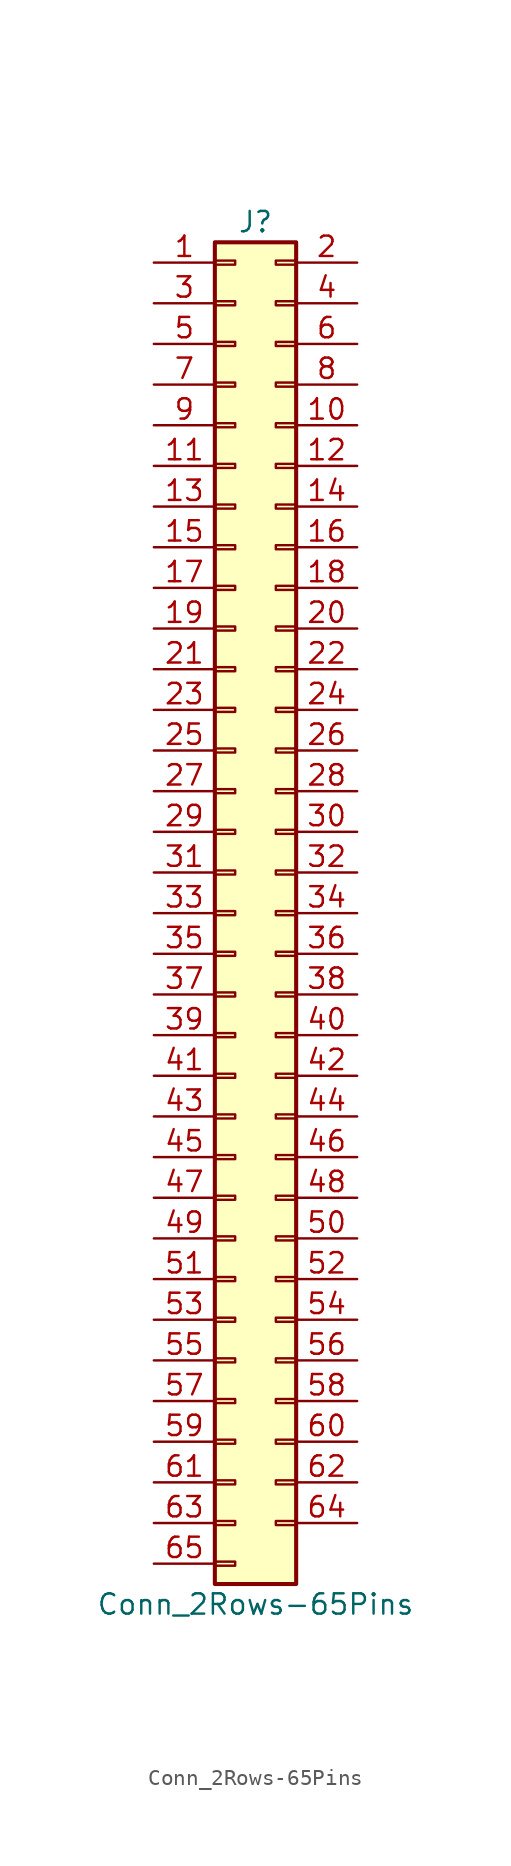
<source format=kicad_sym>
(kicad_symbol_lib
  (version 20201005)
  (generator kicad_symbol_editor)
  (symbol "Conn_2Rows-65Pins"
    (pin_names
      (offset 1.016) hide)
    (property "Reference" "J"
      (at 1.27 43.18 0)
      (effects (font (size 1.27 1.27))))
    (property "Value" "Conn_2Rows-65Pins"
      (at 1.27 -43.18 0)
      (effects (font (size 1.27 1.27))))
    (symbol "Conn_2Rows-65Pins_1_1"
      (rectangle (start -1.27 -40.513) (end 0 -40.767) (stroke (width 0.152)) (fill (type none)))
      (rectangle (start -1.27 -37.973) (end 0 -38.227) (stroke (width 0.152)) (fill (type none)))
      (rectangle (start -1.27 -35.433) (end 0 -35.687) (stroke (width 0.152)) (fill (type none)))
      (rectangle (start -1.27 -32.893) (end 0 -33.147) (stroke (width 0.152)) (fill (type none)))
      (rectangle (start -1.27 -30.353) (end 0 -30.607) (stroke (width 0.152)) (fill (type none)))
      (rectangle (start -1.27 -27.813) (end 0 -28.067) (stroke (width 0.152)) (fill (type none)))
      (rectangle (start -1.27 -25.273) (end 0 -25.527) (stroke (width 0.152)) (fill (type none)))
      (rectangle (start -1.27 -22.733) (end 0 -22.987) (stroke (width 0.152)) (fill (type none)))
      (rectangle (start -1.27 -20.193) (end 0 -20.447) (stroke (width 0.152)) (fill (type none)))
      (rectangle (start -1.27 -17.653) (end 0 -17.907) (stroke (width 0.152)) (fill (type none)))
      (rectangle (start -1.27 -15.113) (end 0 -15.367) (stroke (width 0.152)) (fill (type none)))
      (rectangle (start -1.27 -12.573) (end 0 -12.827) (stroke (width 0.152)) (fill (type none)))
      (rectangle (start -1.27 -10.033) (end 0 -10.287) (stroke (width 0.152)) (fill (type none)))
      (rectangle (start -1.27 -7.493) (end 0 -7.747) (stroke (width 0.152)) (fill (type none)))
      (rectangle (start -1.27 -4.953) (end 0 -5.207) (stroke (width 0.152)) (fill (type none)))
      (rectangle (start -1.27 -2.413) (end 0 -2.667) (stroke (width 0.152)) (fill (type none)))
      (rectangle (start -1.27 0.127) (end 0 -0.127) (stroke (width 0.152)) (fill (type none)))
      (rectangle (start -1.27 2.667) (end 0 2.413) (stroke (width 0.152)) (fill (type none)))
      (rectangle (start -1.27 5.207) (end 0 4.953) (stroke (width 0.152)) (fill (type none)))
      (rectangle (start -1.27 7.747) (end 0 7.493) (stroke (width 0.152)) (fill (type none)))
      (rectangle (start -1.27 10.287) (end 0 10.033) (stroke (width 0.152)) (fill (type none)))
      (rectangle (start -1.27 12.827) (end 0 12.573) (stroke (width 0.152)) (fill (type none)))
      (rectangle (start -1.27 15.367) (end 0 15.113) (stroke (width 0.152)) (fill (type none)))
      (rectangle (start -1.27 17.907) (end 0 17.653) (stroke (width 0.152)) (fill (type none)))
      (rectangle (start -1.27 20.447) (end 0 20.193) (stroke (width 0.152)) (fill (type none)))
      (rectangle (start -1.27 22.987) (end 0 22.733) (stroke (width 0.152)) (fill (type none)))
      (rectangle (start -1.27 25.527) (end 0 25.273) (stroke (width 0.152)) (fill (type none)))
      (rectangle (start -1.27 28.067) (end 0 27.813) (stroke (width 0.152)) (fill (type none)))
      (rectangle (start -1.27 30.607) (end 0 30.353) (stroke (width 0.152)) (fill (type none)))
      (rectangle (start -1.27 33.147) (end 0 32.893) (stroke (width 0.152)) (fill (type none)))
      (rectangle (start -1.27 35.687) (end 0 35.433) (stroke (width 0.152)) (fill (type none)))
      (rectangle (start -1.27 38.227) (end 0 37.973) (stroke (width 0.152)) (fill (type none)))
      (rectangle (start -1.27 40.767) (end 0 40.513) (stroke (width 0.152)) (fill (type none)))
      (rectangle (start 3.81 -37.973) (end 2.54 -38.227) (stroke (width 0.152)) (fill (type none)))
      (rectangle (start 3.81 -35.433) (end 2.54 -35.687) (stroke (width 0.152)) (fill (type none)))
      (rectangle (start 3.81 -32.893) (end 2.54 -33.147) (stroke (width 0.152)) (fill (type none)))
      (rectangle (start 3.81 -30.353) (end 2.54 -30.607) (stroke (width 0.152)) (fill (type none)))
      (rectangle (start 3.81 -27.813) (end 2.54 -28.067) (stroke (width 0.152)) (fill (type none)))
      (rectangle (start 3.81 -25.273) (end 2.54 -25.527) (stroke (width 0.152)) (fill (type none)))
      (rectangle (start 3.81 -22.733) (end 2.54 -22.987) (stroke (width 0.152)) (fill (type none)))
      (rectangle (start 3.81 -20.193) (end 2.54 -20.447) (stroke (width 0.152)) (fill (type none)))
      (rectangle (start 3.81 -17.653) (end 2.54 -17.907) (stroke (width 0.152)) (fill (type none)))
      (rectangle (start 3.81 -15.113) (end 2.54 -15.367) (stroke (width 0.152)) (fill (type none)))
      (rectangle (start 3.81 -12.573) (end 2.54 -12.827) (stroke (width 0.152)) (fill (type none)))
      (rectangle (start 3.81 -10.033) (end 2.54 -10.287) (stroke (width 0.152)) (fill (type none)))
      (rectangle (start 3.81 -7.493) (end 2.54 -7.747) (stroke (width 0.152)) (fill (type none)))
      (rectangle (start 3.81 -4.953) (end 2.54 -5.207) (stroke (width 0.152)) (fill (type none)))
      (rectangle (start 3.81 -2.413) (end 2.54 -2.667) (stroke (width 0.152)) (fill (type none)))
      (rectangle (start 3.81 0.127) (end 2.54 -0.127) (stroke (width 0.152)) (fill (type none)))
      (rectangle (start 3.81 2.667) (end 2.54 2.413) (stroke (width 0.152)) (fill (type none)))
      (rectangle (start 3.81 5.207) (end 2.54 4.953) (stroke (width 0.152)) (fill (type none)))
      (rectangle (start 3.81 7.747) (end 2.54 7.493) (stroke (width 0.152)) (fill (type none)))
      (rectangle (start 3.81 10.287) (end 2.54 10.033) (stroke (width 0.152)) (fill (type none)))
      (rectangle (start 3.81 12.827) (end 2.54 12.573) (stroke (width 0.152)) (fill (type none)))
      (rectangle (start 3.81 15.367) (end 2.54 15.113) (stroke (width 0.152)) (fill (type none)))
      (rectangle (start 3.81 17.907) (end 2.54 17.653) (stroke (width 0.152)) (fill (type none)))
      (rectangle (start 3.81 20.447) (end 2.54 20.193) (stroke (width 0.152)) (fill (type none)))
      (rectangle (start 3.81 22.987) (end 2.54 22.733) (stroke (width 0.152)) (fill (type none)))
      (rectangle (start 3.81 25.527) (end 2.54 25.273) (stroke (width 0.152)) (fill (type none)))
      (rectangle (start 3.81 28.067) (end 2.54 27.813) (stroke (width 0.152)) (fill (type none)))
      (rectangle (start 3.81 30.607) (end 2.54 30.353) (stroke (width 0.152)) (fill (type none)))
      (rectangle (start 3.81 33.147) (end 2.54 32.893) (stroke (width 0.152)) (fill (type none)))
      (rectangle (start 3.81 35.687) (end 2.54 35.433) (stroke (width 0.152)) (fill (type none)))
      (rectangle (start 3.81 38.227) (end 2.54 37.973) (stroke (width 0.152)) (fill (type none)))
      (rectangle (start 3.81 40.767) (end 2.54 40.513) (stroke (width 0.152)) (fill (type none)))
      (rectangle (start -1.27 41.91) (end 3.81 -41.91) (stroke (width 0.254)) (fill (type background)))
      (pin passive line (at -5.08 40.64 0) (length 3.81) (name "Pin_1" (effects (font (size 1.27 1.27)))) (number "1" (effects (font (size 1.27 1.27)))))
      (pin passive line (at 7.62 30.48 180) (length 3.81) (name "Pin_10" (effects (font (size 1.27 1.27)))) (number "10" (effects (font (size 1.27 1.27)))))
      (pin passive line (at -5.08 27.94 0) (length 3.81) (name "Pin_11" (effects (font (size 1.27 1.27)))) (number "11" (effects (font (size 1.27 1.27)))))
      (pin passive line (at 7.62 27.94 180) (length 3.81) (name "Pin_12" (effects (font (size 1.27 1.27)))) (number "12" (effects (font (size 1.27 1.27)))))
      (pin passive line (at -5.08 25.4 0) (length 3.81) (name "Pin_13" (effects (font (size 1.27 1.27)))) (number "13" (effects (font (size 1.27 1.27)))))
      (pin passive line (at 7.62 25.4 180) (length 3.81) (name "Pin_14" (effects (font (size 1.27 1.27)))) (number "14" (effects (font (size 1.27 1.27)))))
      (pin passive line (at -5.08 22.86 0) (length 3.81) (name "Pin_15" (effects (font (size 1.27 1.27)))) (number "15" (effects (font (size 1.27 1.27)))))
      (pin passive line (at 7.62 22.86 180) (length 3.81) (name "Pin_16" (effects (font (size 1.27 1.27)))) (number "16" (effects (font (size 1.27 1.27)))))
      (pin passive line (at -5.08 20.32 0) (length 3.81) (name "Pin_17" (effects (font (size 1.27 1.27)))) (number "17" (effects (font (size 1.27 1.27)))))
      (pin passive line (at 7.62 20.32 180) (length 3.81) (name "Pin_18" (effects (font (size 1.27 1.27)))) (number "18" (effects (font (size 1.27 1.27)))))
      (pin passive line (at -5.08 17.78 0) (length 3.81) (name "Pin_19" (effects (font (size 1.27 1.27)))) (number "19" (effects (font (size 1.27 1.27)))))
      (pin passive line (at 7.62 40.64 180) (length 3.81) (name "Pin_2" (effects (font (size 1.27 1.27)))) (number "2" (effects (font (size 1.27 1.27)))))
      (pin passive line (at 7.62 17.78 180) (length 3.81) (name "Pin_20" (effects (font (size 1.27 1.27)))) (number "20" (effects (font (size 1.27 1.27)))))
      (pin passive line (at -5.08 15.24 0) (length 3.81) (name "Pin_21" (effects (font (size 1.27 1.27)))) (number "21" (effects (font (size 1.27 1.27)))))
      (pin passive line (at 7.62 15.24 180) (length 3.81) (name "Pin_22" (effects (font (size 1.27 1.27)))) (number "22" (effects (font (size 1.27 1.27)))))
      (pin passive line (at -5.08 12.7 0) (length 3.81) (name "Pin_23" (effects (font (size 1.27 1.27)))) (number "23" (effects (font (size 1.27 1.27)))))
      (pin passive line (at 7.62 12.7 180) (length 3.81) (name "Pin_24" (effects (font (size 1.27 1.27)))) (number "24" (effects (font (size 1.27 1.27)))))
      (pin passive line (at -5.08 10.16 0) (length 3.81) (name "Pin_25" (effects (font (size 1.27 1.27)))) (number "25" (effects (font (size 1.27 1.27)))))
      (pin passive line (at 7.62 10.16 180) (length 3.81) (name "Pin_26" (effects (font (size 1.27 1.27)))) (number "26" (effects (font (size 1.27 1.27)))))
      (pin passive line (at -5.08 7.62 0) (length 3.81) (name "Pin_27" (effects (font (size 1.27 1.27)))) (number "27" (effects (font (size 1.27 1.27)))))
      (pin passive line (at 7.62 7.62 180) (length 3.81) (name "Pin_28" (effects (font (size 1.27 1.27)))) (number "28" (effects (font (size 1.27 1.27)))))
      (pin passive line (at -5.08 5.08 0) (length 3.81) (name "Pin_29" (effects (font (size 1.27 1.27)))) (number "29" (effects (font (size 1.27 1.27)))))
      (pin passive line (at -5.08 38.1 0) (length 3.81) (name "Pin_3" (effects (font (size 1.27 1.27)))) (number "3" (effects (font (size 1.27 1.27)))))
      (pin passive line (at 7.62 5.08 180) (length 3.81) (name "Pin_30" (effects (font (size 1.27 1.27)))) (number "30" (effects (font (size 1.27 1.27)))))
      (pin passive line (at -5.08 2.54 0) (length 3.81) (name "Pin_31" (effects (font (size 1.27 1.27)))) (number "31" (effects (font (size 1.27 1.27)))))
      (pin passive line (at 7.62 2.54 180) (length 3.81) (name "Pin_32" (effects (font (size 1.27 1.27)))) (number "32" (effects (font (size 1.27 1.27)))))
      (pin passive line (at -5.08 0 0) (length 3.81) (name "Pin_33" (effects (font (size 1.27 1.27)))) (number "33" (effects (font (size 1.27 1.27)))))
      (pin passive line (at 7.62 0 180) (length 3.81) (name "Pin_34" (effects (font (size 1.27 1.27)))) (number "34" (effects (font (size 1.27 1.27)))))
      (pin passive line (at -5.08 -2.54 0) (length 3.81) (name "Pin_35" (effects (font (size 1.27 1.27)))) (number "35" (effects (font (size 1.27 1.27)))))
      (pin passive line (at 7.62 -2.54 180) (length 3.81) (name "Pin_36" (effects (font (size 1.27 1.27)))) (number "36" (effects (font (size 1.27 1.27)))))
      (pin passive line (at -5.08 -5.08 0) (length 3.81) (name "Pin_37" (effects (font (size 1.27 1.27)))) (number "37" (effects (font (size 1.27 1.27)))))
      (pin passive line (at 7.62 -5.08 180) (length 3.81) (name "Pin_38" (effects (font (size 1.27 1.27)))) (number "38" (effects (font (size 1.27 1.27)))))
      (pin passive line (at -5.08 -7.62 0) (length 3.81) (name "Pin_39" (effects (font (size 1.27 1.27)))) (number "39" (effects (font (size 1.27 1.27)))))
      (pin passive line (at 7.62 38.1 180) (length 3.81) (name "Pin_4" (effects (font (size 1.27 1.27)))) (number "4" (effects (font (size 1.27 1.27)))))
      (pin passive line (at 7.62 -7.62 180) (length 3.81) (name "Pin_40" (effects (font (size 1.27 1.27)))) (number "40" (effects (font (size 1.27 1.27)))))
      (pin passive line (at -5.08 -10.16 0) (length 3.81) (name "Pin_41" (effects (font (size 1.27 1.27)))) (number "41" (effects (font (size 1.27 1.27)))))
      (pin passive line (at 7.62 -10.16 180) (length 3.81) (name "Pin_42" (effects (font (size 1.27 1.27)))) (number "42" (effects (font (size 1.27 1.27)))))
      (pin passive line (at -5.08 -12.7 0) (length 3.81) (name "Pin_43" (effects (font (size 1.27 1.27)))) (number "43" (effects (font (size 1.27 1.27)))))
      (pin passive line (at 7.62 -12.7 180) (length 3.81) (name "Pin_44" (effects (font (size 1.27 1.27)))) (number "44" (effects (font (size 1.27 1.27)))))
      (pin passive line (at -5.08 -15.24 0) (length 3.81) (name "Pin_45" (effects (font (size 1.27 1.27)))) (number "45" (effects (font (size 1.27 1.27)))))
      (pin passive line (at 7.62 -15.24 180) (length 3.81) (name "Pin_46" (effects (font (size 1.27 1.27)))) (number "46" (effects (font (size 1.27 1.27)))))
      (pin passive line (at -5.08 -17.78 0) (length 3.81) (name "Pin_47" (effects (font (size 1.27 1.27)))) (number "47" (effects (font (size 1.27 1.27)))))
      (pin passive line (at 7.62 -17.78 180) (length 3.81) (name "Pin_48" (effects (font (size 1.27 1.27)))) (number "48" (effects (font (size 1.27 1.27)))))
      (pin passive line (at -5.08 -20.32 0) (length 3.81) (name "Pin_49" (effects (font (size 1.27 1.27)))) (number "49" (effects (font (size 1.27 1.27)))))
      (pin passive line (at -5.08 35.56 0) (length 3.81) (name "Pin_5" (effects (font (size 1.27 1.27)))) (number "5" (effects (font (size 1.27 1.27)))))
      (pin passive line (at 7.62 -20.32 180) (length 3.81) (name "Pin_50" (effects (font (size 1.27 1.27)))) (number "50" (effects (font (size 1.27 1.27)))))
      (pin passive line (at -5.08 -22.86 0) (length 3.81) (name "Pin_51" (effects (font (size 1.27 1.27)))) (number "51" (effects (font (size 1.27 1.27)))))
      (pin passive line (at 7.62 -22.86 180) (length 3.81) (name "Pin_52" (effects (font (size 1.27 1.27)))) (number "52" (effects (font (size 1.27 1.27)))))
      (pin passive line (at -5.08 -25.4 0) (length 3.81) (name "Pin_53" (effects (font (size 1.27 1.27)))) (number "53" (effects (font (size 1.27 1.27)))))
      (pin passive line (at 7.62 -25.4 180) (length 3.81) (name "Pin_54" (effects (font (size 1.27 1.27)))) (number "54" (effects (font (size 1.27 1.27)))))
      (pin passive line (at -5.08 -27.94 0) (length 3.81) (name "Pin_55" (effects (font (size 1.27 1.27)))) (number "55" (effects (font (size 1.27 1.27)))))
      (pin passive line (at 7.62 -27.94 180) (length 3.81) (name "Pin_56" (effects (font (size 1.27 1.27)))) (number "56" (effects (font (size 1.27 1.27)))))
      (pin passive line (at -5.08 -30.48 0) (length 3.81) (name "Pin_57" (effects (font (size 1.27 1.27)))) (number "57" (effects (font (size 1.27 1.27)))))
      (pin passive line (at 7.62 -30.48 180) (length 3.81) (name "Pin_58" (effects (font (size 1.27 1.27)))) (number "58" (effects (font (size 1.27 1.27)))))
      (pin passive line (at -5.08 -33.02 0) (length 3.81) (name "Pin_59" (effects (font (size 1.27 1.27)))) (number "59" (effects (font (size 1.27 1.27)))))
      (pin passive line (at 7.62 35.56 180) (length 3.81) (name "Pin_6" (effects (font (size 1.27 1.27)))) (number "6" (effects (font (size 1.27 1.27)))))
      (pin passive line (at 7.62 -33.02 180) (length 3.81) (name "Pin_60" (effects (font (size 1.27 1.27)))) (number "60" (effects (font (size 1.27 1.27)))))
      (pin passive line (at -5.08 -35.56 0) (length 3.81) (name "Pin_61" (effects (font (size 1.27 1.27)))) (number "61" (effects (font (size 1.27 1.27)))))
      (pin passive line (at 7.62 -35.56 180) (length 3.81) (name "Pin_62" (effects (font (size 1.27 1.27)))) (number "62" (effects (font (size 1.27 1.27)))))
      (pin passive line (at -5.08 -38.1 0) (length 3.81) (name "Pin_63" (effects (font (size 1.27 1.27)))) (number "63" (effects (font (size 1.27 1.27)))))
      (pin passive line (at 7.62 -38.1 180) (length 3.81) (name "Pin_64" (effects (font (size 1.27 1.27)))) (number "64" (effects (font (size 1.27 1.27)))))
      (pin passive line (at -5.08 -40.64 0) (length 3.81) (name "Pin_65" (effects (font (size 1.27 1.27)))) (number "65" (effects (font (size 1.27 1.27)))))
      (pin passive line (at -5.08 33.02 0) (length 3.81) (name "Pin_7" (effects (font (size 1.27 1.27)))) (number "7" (effects (font (size 1.27 1.27)))))
      (pin passive line (at 7.62 33.02 180) (length 3.81) (name "Pin_8" (effects (font (size 1.27 1.27)))) (number "8" (effects (font (size 1.27 1.27)))))
      (pin passive line (at -5.08 30.48 0) (length 3.81) (name "Pin_9" (effects (font (size 1.27 1.27)))) (number "9" (effects (font (size 1.27 1.27))))))))
</source>
